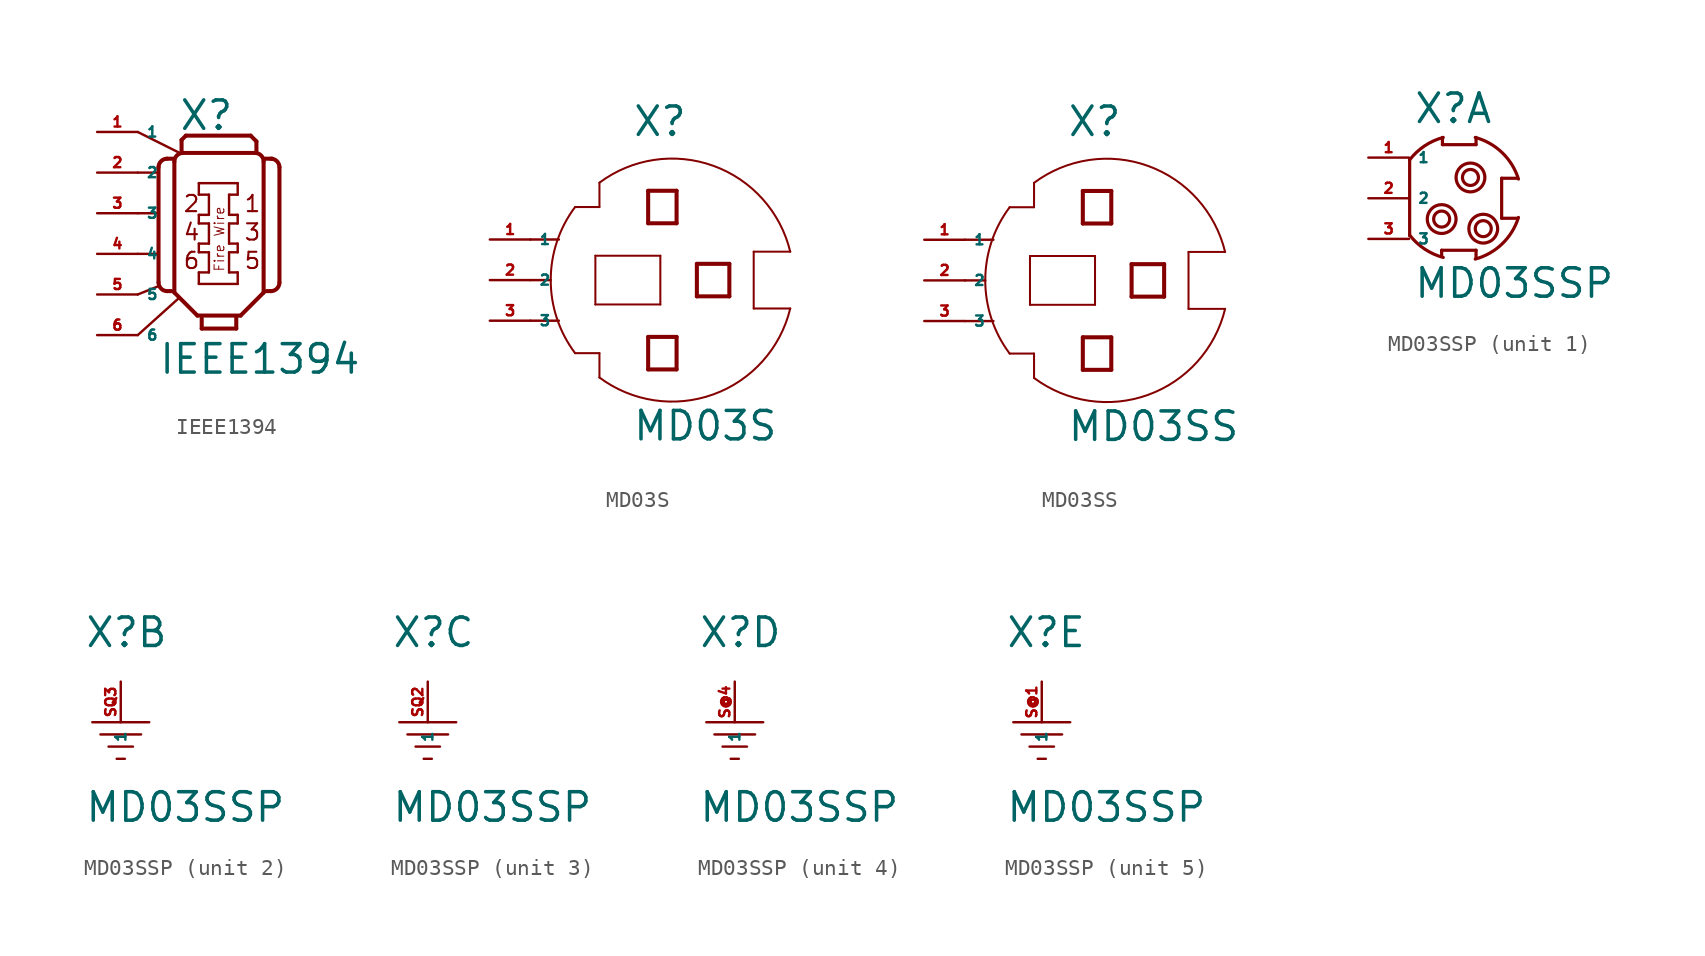
<source format=kicad_sym>
(kicad_symbol_lib
  (version 20220914)
  (generator Eagle2Kicad)
  (symbol "IEEE1394"
    (property "Reference" "X"
      (at -2.54 7.62 0)
      (effects (font (size 1.778 1.778) (thickness 0.22)) (justify left bottom)))
    (property "Value" "IEEE1394"
      (at -3.81 -7.62 0)
      (effects (font (size 1.778 1.778) (thickness 0.22)) (justify left bottom)))
    (polyline
      (pts (xy 3.78 5.41) (xy 3.78 -1.79))
      (stroke (width 0.254) (type default))
      (fill (type none)))
    (polyline
      (pts (xy 2.79 5.78) (xy 2.79 -2.42))
      (stroke (width 0.254) (type default))
      (fill (type none)))
    (polyline
      (pts (xy 2.79 -2.42) (xy 1.35 -3.86))
      (stroke (width 0.254) (type default))
      (fill (type none)))
    (polyline
      (pts (xy 1.35 -3.86) (xy -1.35 -3.86))
      (stroke (width 0.254) (type default))
      (fill (type none)))
    (polyline
      (pts (xy -1.35 -3.86) (xy -2.79 -2.42))
      (stroke (width 0.254) (type default))
      (fill (type none)))
    (polyline
      (pts (xy -2.79 -2.42) (xy -2.79 5.78))
      (stroke (width 0.254) (type default))
      (fill (type none)))
    (polyline
      (pts (xy 2.25 6.31) (xy -2.34 6.31))
      (stroke (width 0.254) (type default))
      (fill (type none)))
    (polyline
      (pts (xy -3.78 5.42) (xy -3.78 -1.79))
      (stroke (width 0.254) (type default))
      (fill (type none)))
    (polyline
      (pts (xy 1.08 -3.95) (xy 1.08 -4.67))
      (stroke (width 0.254) (type default))
      (fill (type none)))
    (polyline
      (pts (xy 1.08 -4.67) (xy -1.08 -4.67))
      (stroke (width 0.254) (type default))
      (fill (type none)))
    (polyline
      (pts (xy -1.08 -4.67) (xy -1.08 -4.04))
      (stroke (width 0.254) (type default))
      (fill (type none)))
    (polyline
      (pts (xy -2.34 6.39) (xy -2.34 7.12))
      (stroke (width 0.254) (type default))
      (fill (type none)))
    (polyline
      (pts (xy -2.34 7.12) (xy -2.07 7.39))
      (stroke (width 0.254) (type default))
      (fill (type none)))
    (polyline
      (pts (xy -2.07 7.39) (xy 1.98 7.39))
      (stroke (width 0.254) (type default))
      (fill (type none)))
    (polyline
      (pts (xy 1.98 7.39) (xy 2.34 7.03))
      (stroke (width 0.254) (type default))
      (fill (type none)))
    (polyline
      (pts (xy 2.34 7.03) (xy 2.34 6.39))
      (stroke (width 0.254) (type default))
      (fill (type none)))
    (polyline
      (pts (xy -2.87 5.95) (xy -3.24 5.95))
      (stroke (width 0.254) (type default))
      (fill (type none)))
    (polyline
      (pts (xy -2.97 -2.33) (xy -3.24 -2.33))
      (stroke (width 0.254) (type default))
      (fill (type none)))
    (polyline
      (pts (xy 2.97 -2.33) (xy 3.24 -2.33))
      (stroke (width 0.254) (type default))
      (fill (type none)))
    (polyline
      (pts (xy 3.33 5.95) (xy 2.87 5.95))
      (stroke (width 0.254) (type default))
      (fill (type none)))
    (polyline
      (pts (xy 1.17 4.42) (xy 1.17 3.7))
      (stroke (width 0.152) (type default))
      (fill (type none)))
    (polyline
      (pts (xy 1.17 3.7) (xy 0.63 3.7))
      (stroke (width 0.152) (type default))
      (fill (type none)))
    (polyline
      (pts (xy 0.63 3.7) (xy 0.63 2.44))
      (stroke (width 0.152) (type default))
      (fill (type none)))
    (polyline
      (pts (xy 0.63 2.44) (xy 1.17 2.44))
      (stroke (width 0.152) (type default))
      (fill (type none)))
    (polyline
      (pts (xy 1.17 2.44) (xy 1.17 1.9))
      (stroke (width 0.152) (type default))
      (fill (type none)))
    (polyline
      (pts (xy 1.17 1.9) (xy 0.63 1.9))
      (stroke (width 0.152) (type default))
      (fill (type none)))
    (polyline
      (pts (xy 0.63 1.9) (xy 0.63 0.64))
      (stroke (width 0.152) (type default))
      (fill (type none)))
    (polyline
      (pts (xy 0.63 0.64) (xy 1.17 0.64))
      (stroke (width 0.152) (type default))
      (fill (type none)))
    (polyline
      (pts (xy 1.17 0.64) (xy 1.17 0.1))
      (stroke (width 0.152) (type default))
      (fill (type none)))
    (polyline
      (pts (xy 1.17 0.1) (xy 0.63 0.1))
      (stroke (width 0.152) (type default))
      (fill (type none)))
    (polyline
      (pts (xy 0.63 0.1) (xy 0.63 -1.16))
      (stroke (width 0.152) (type default))
      (fill (type none)))
    (polyline
      (pts (xy 0.63 -1.16) (xy 1.17 -1.16))
      (stroke (width 0.152) (type default))
      (fill (type none)))
    (polyline
      (pts (xy 1.17 -1.16) (xy 1.17 -1.88))
      (stroke (width 0.152) (type default))
      (fill (type none)))
    (polyline
      (pts (xy 1.17 -1.88) (xy -1.26 -1.88))
      (stroke (width 0.152) (type default))
      (fill (type none)))
    (polyline
      (pts (xy -1.26 -1.88) (xy -1.26 -1.16))
      (stroke (width 0.152) (type default))
      (fill (type none)))
    (polyline
      (pts (xy -1.26 -1.16) (xy -0.63 -1.16))
      (stroke (width 0.152) (type default))
      (fill (type none)))
    (polyline
      (pts (xy -0.63 -1.16) (xy -0.63 0.1))
      (stroke (width 0.152) (type default))
      (fill (type none)))
    (polyline
      (pts (xy -0.63 0.1) (xy -1.26 0.1))
      (stroke (width 0.152) (type default))
      (fill (type none)))
    (polyline
      (pts (xy -1.26 0.1) (xy -1.26 0.64))
      (stroke (width 0.152) (type default))
      (fill (type none)))
    (polyline
      (pts (xy -1.26 0.64) (xy -0.63 0.64))
      (stroke (width 0.152) (type default))
      (fill (type none)))
    (polyline
      (pts (xy -0.63 0.64) (xy -0.63 1.9))
      (stroke (width 0.152) (type default))
      (fill (type none)))
    (polyline
      (pts (xy -0.63 1.9) (xy -1.26 1.9))
      (stroke (width 0.152) (type default))
      (fill (type none)))
    (polyline
      (pts (xy -1.26 1.9) (xy -1.26 2.44))
      (stroke (width 0.152) (type default))
      (fill (type none)))
    (polyline
      (pts (xy -1.26 2.44) (xy -0.63 2.44))
      (stroke (width 0.152) (type default))
      (fill (type none)))
    (polyline
      (pts (xy -0.63 2.44) (xy -0.63 3.7))
      (stroke (width 0.152) (type default))
      (fill (type none)))
    (polyline
      (pts (xy -0.63 3.7) (xy -1.26 3.7))
      (stroke (width 0.152) (type default))
      (fill (type none)))
    (polyline
      (pts (xy -1.26 3.7) (xy -1.26 4.42))
      (stroke (width 0.152) (type default))
      (fill (type none)))
    (polyline
      (pts (xy -1.26 4.42) (xy 1.17 4.42))
      (stroke (width 0.152) (type default))
      (fill (type none)))
    (arc
      (start 3.78 5.41)
      (mid 3.622 5.792)
      (end 3.24 5.95)
      (stroke (width 0.254) (type default))
      (fill (type none)))
    (arc
      (start 3.24 -2.33)
      (mid 3.622 -2.172)
      (end 3.78 -1.79)
      (stroke (width 0.254) (type default))
      (fill (type none)))
    (arc
      (start -2.25 6.31)
      (mid -2.632 6.152)
      (end -2.79 5.77)
      (stroke (width 0.254) (type default))
      (fill (type none)))
    (arc
      (start -3.78 -1.79)
      (mid -3.622 -2.172)
      (end -3.24 -2.33)
      (stroke (width 0.254) (type default))
      (fill (type none)))
    (arc
      (start -3.24 5.95)
      (mid -3.622 5.792)
      (end -3.78 5.41)
      (stroke (width 0.254) (type default))
      (fill (type none)))
    (arc
      (start 2.79 5.77)
      (mid 2.632 6.152)
      (end 2.25 6.31)
      (stroke (width 0.254) (type default))
      (fill (type none)))
    (polyline
      (pts (xy -5.08 7.62) (xy -2.54 6.35))
      (stroke (width 0.152) (type default))
      (fill (type none)))
    (polyline
      (pts (xy -5.08 5.08) (xy -3.81 5.08))
      (stroke (width 0.152) (type default))
      (fill (type none)))
    (polyline
      (pts (xy -5.08 2.54) (xy -3.81 2.54))
      (stroke (width 0.152) (type default))
      (fill (type none)))
    (polyline
      (pts (xy -5.08 0) (xy -3.81 0))
      (stroke (width 0.152) (type default))
      (fill (type none)))
    (polyline
      (pts (xy -5.08 -2.54) (xy -3.81 -2.032))
      (stroke (width 0.152) (type default))
      (fill (type none)))
    (polyline
      (pts (xy -5.08 -5.08) (xy -2.54 -2.794))
      (stroke (width 0.152) (type default))
      (fill (type none)))
    (text "Fire Wire"
      (at 0.381 -1.143 900)
      (effects (font (size 0.61 0.61) (thickness 0.06)) (justify left bottom)))
    (text "1"
      (at 1.524 2.54 0)
      (effects (font (size 1.016 1.016) (thickness 0.13)) (justify left bottom)))
    (text "2"
      (at -2.286 2.54 0)
      (effects (font (size 1.016 1.016) (thickness 0.13)) (justify left bottom)))
    (text "3"
      (at 1.524 0.762 0)
      (effects (font (size 1.016 1.016) (thickness 0.13)) (justify left bottom)))
    (text "4"
      (at -2.286 0.762 0)
      (effects (font (size 1.016 1.016) (thickness 0.13)) (justify left bottom)))
    (text "5"
      (at 1.524 -1.016 0)
      (effects (font (size 1.016 1.016) (thickness 0.13)) (justify left bottom)))
    (text "6"
      (at -2.286 -1.016 0)
      (effects (font (size 1.016 1.016) (thickness 0.13)) (justify left bottom)))
    (pin passive line
      (at -7.62 7.62 0)
      (length 2.54)
      (name "1" (effects (font (size 0.635 0.635) (thickness 0.08)) (justify left bottom)))
      (number "1" (effects (font (size 0.635 0.635) (thickness 0.08)) (justify left bottom))))
    (pin passive line
      (at -7.62 2.54 0)
      (length 2.54)
      (name "3" (effects (font (size 0.635 0.635) (thickness 0.08)) (justify left bottom)))
      (number "3" (effects (font (size 0.635 0.635) (thickness 0.08)) (justify left bottom))))
    (pin passive line
      (at -7.62 -2.54 0)
      (length 2.54)
      (name "5" (effects (font (size 0.635 0.635) (thickness 0.08)) (justify left bottom)))
      (number "5" (effects (font (size 0.635 0.635) (thickness 0.08)) (justify left bottom))))
    (pin passive line
      (at -7.62 5.08 0)
      (length 2.54)
      (name "2" (effects (font (size 0.635 0.635) (thickness 0.08)) (justify left bottom)))
      (number "2" (effects (font (size 0.635 0.635) (thickness 0.08)) (justify left bottom))))
    (pin passive line
      (at -7.62 0 0)
      (length 2.54)
      (name "4" (effects (font (size 0.635 0.635) (thickness 0.08)) (justify left bottom)))
      (number "4" (effects (font (size 0.635 0.635) (thickness 0.08)) (justify left bottom))))
    (pin passive line
      (at -7.62 -5.08 0)
      (length 2.54)
      (name "6" (effects (font (size 0.635 0.635) (thickness 0.08)) (justify left bottom)))
      (number "6" (effects (font (size 0.635 0.635) (thickness 0.08)) (justify left bottom)))))
  (symbol "MD03S"
    (property "Reference" "X"
      (at -1.27 8.89 0)
      (effects (font (size 1.778 1.778) (thickness 0.22)) (justify left bottom)))
    (property "Value" "MD03S"
      (at -1.27 -10.16 0)
      (effects (font (size 1.778 1.778) (thickness 0.22)) (justify left bottom)))
    (polyline
      (pts (xy 6.35 -1.778) (xy 8.636 -1.778))
      (stroke (width 0.127) (type default))
      (fill (type none)))
    (polyline
      (pts (xy 6.35 -1.778) (xy 6.35 1.778))
      (stroke (width 0.127) (type default))
      (fill (type none)))
    (polyline
      (pts (xy 6.35 1.778) (xy 8.636 1.778))
      (stroke (width 0.127) (type default))
      (fill (type none)))
    (polyline
      (pts (xy -3.302 6.096) (xy -3.302 4.572))
      (stroke (width 0.127) (type default))
      (fill (type none)))
    (polyline
      (pts (xy -3.302 4.572) (xy -4.826 4.572))
      (stroke (width 0.127) (type default))
      (fill (type none)))
    (polyline
      (pts (xy -4.826 -4.572) (xy -3.302 -4.572))
      (stroke (width 0.127) (type default))
      (fill (type none)))
    (polyline
      (pts (xy -3.302 -4.572) (xy -3.302 -6.096))
      (stroke (width 0.127) (type default))
      (fill (type none)))
    (arc
      (start -4.826 4.572)
      (mid -6.350 0.000)
      (end -4.826 -4.572)
      (stroke (width 0.127) (type default))
      (fill (type none)))
    (arc
      (start 8.6359 1.778)
      (mid 3.829 7.150)
      (end -3.302 6.096)
      (stroke (width 0.127) (type default))
      (fill (type none)))
    (polyline
      (pts (xy 0.508 1.524) (xy 0.508 -1.524))
      (stroke (width 0.127) (type default))
      (fill (type none)))
    (polyline
      (pts (xy 0.508 -1.524) (xy -3.556 -1.524))
      (stroke (width 0.127) (type default))
      (fill (type none)))
    (polyline
      (pts (xy -3.556 -1.524) (xy -3.556 1.524))
      (stroke (width 0.127) (type default))
      (fill (type none)))
    (polyline
      (pts (xy -3.556 1.524) (xy 0.508 1.524))
      (stroke (width 0.127) (type default))
      (fill (type none)))
    (polyline
      (pts (xy 1.524 3.556) (xy -0.254 3.556))
      (stroke (width 0.254) (type default))
      (fill (type none)))
    (polyline
      (pts (xy -0.254 3.556) (xy -0.254 5.588))
      (stroke (width 0.254) (type default))
      (fill (type none)))
    (polyline
      (pts (xy -0.254 5.588) (xy 1.524 5.588))
      (stroke (width 0.254) (type default))
      (fill (type none)))
    (polyline
      (pts (xy 1.524 5.588) (xy 1.524 3.556))
      (stroke (width 0.254) (type default))
      (fill (type none)))
    (polyline
      (pts (xy 1.524 -5.588) (xy -0.254 -5.588))
      (stroke (width 0.254) (type default))
      (fill (type none)))
    (polyline
      (pts (xy -0.254 -5.588) (xy -0.254 -3.556))
      (stroke (width 0.254) (type default))
      (fill (type none)))
    (polyline
      (pts (xy -0.254 -3.556) (xy 1.524 -3.556))
      (stroke (width 0.254) (type default))
      (fill (type none)))
    (polyline
      (pts (xy 1.524 -3.556) (xy 1.524 -5.588))
      (stroke (width 0.254) (type default))
      (fill (type none)))
    (polyline
      (pts (xy 4.826 -1.016) (xy 2.794 -1.016))
      (stroke (width 0.254) (type default))
      (fill (type none)))
    (polyline
      (pts (xy 2.794 -1.016) (xy 2.794 1.016))
      (stroke (width 0.254) (type default))
      (fill (type none)))
    (polyline
      (pts (xy 2.794 1.016) (xy 4.826 1.016))
      (stroke (width 0.254) (type default))
      (fill (type none)))
    (polyline
      (pts (xy 4.826 1.016) (xy 4.826 -1.016))
      (stroke (width 0.254) (type default))
      (fill (type none)))
    (polyline
      (pts (xy -7.62 0) (xy -6.35 0))
      (stroke (width 0.152) (type default))
      (fill (type none)))
    (polyline
      (pts (xy -7.62 2.54) (xy -5.842 2.54))
      (stroke (width 0.152) (type default))
      (fill (type none)))
    (polyline
      (pts (xy -7.62 -2.54) (xy -5.842 -2.54))
      (stroke (width 0.152) (type default))
      (fill (type none)))
    (arc
      (start -3.302 -6.096)
      (mid 3.829 -7.150)
      (end 8.6359 -1.778)
      (stroke (width 0.127) (type default))
      (fill (type none)))
    (pin passive line
      (at -10.16 2.54 0)
      (length 2.54)
      (name "1" (effects (font (size 0.635 0.635) (thickness 0.08)) (justify left bottom)))
      (number "1" (effects (font (size 0.635 0.635) (thickness 0.08)) (justify left bottom))))
    (pin passive line
      (at -10.16 0 0)
      (length 2.54)
      (name "2" (effects (font (size 0.635 0.635) (thickness 0.08)) (justify left bottom)))
      (number "2" (effects (font (size 0.635 0.635) (thickness 0.08)) (justify left bottom))))
    (pin passive line
      (at -10.16 -2.54 0)
      (length 2.54)
      (name "3" (effects (font (size 0.635 0.635) (thickness 0.08)) (justify left bottom)))
      (number "3" (effects (font (size 0.635 0.635) (thickness 0.08)) (justify left bottom)))))
  (symbol "MD03SS"
    (property "Reference" "X"
      (at -1.27 8.89 0)
      (effects (font (size 1.778 1.778) (thickness 0.22)) (justify left bottom)))
    (property "Value" "MD03SS"
      (at -1.27 -10.16 0)
      (effects (font (size 1.778 1.778) (thickness 0.22)) (justify left bottom)))
    (polyline
      (pts (xy 6.35 -1.778) (xy 8.636 -1.778))
      (stroke (width 0.127) (type default))
      (fill (type none)))
    (polyline
      (pts (xy 6.35 -1.778) (xy 6.35 1.778))
      (stroke (width 0.127) (type default))
      (fill (type none)))
    (polyline
      (pts (xy 6.35 1.778) (xy 8.636 1.778))
      (stroke (width 0.127) (type default))
      (fill (type none)))
    (polyline
      (pts (xy -3.302 6.096) (xy -3.302 4.572))
      (stroke (width 0.127) (type default))
      (fill (type none)))
    (polyline
      (pts (xy -3.302 4.572) (xy -4.826 4.572))
      (stroke (width 0.127) (type default))
      (fill (type none)))
    (polyline
      (pts (xy -4.826 -4.572) (xy -3.302 -4.572))
      (stroke (width 0.127) (type default))
      (fill (type none)))
    (polyline
      (pts (xy -3.302 -4.572) (xy -3.302 -6.096))
      (stroke (width 0.127) (type default))
      (fill (type none)))
    (arc
      (start -4.826 4.572)
      (mid -6.350 0.000)
      (end -4.826 -4.572)
      (stroke (width 0.127) (type default))
      (fill (type none)))
    (arc
      (start 8.6359 1.778)
      (mid 3.829 7.150)
      (end -3.302 6.096)
      (stroke (width 0.127) (type default))
      (fill (type none)))
    (polyline
      (pts (xy 0.508 1.524) (xy 0.508 -1.524))
      (stroke (width 0.127) (type default))
      (fill (type none)))
    (polyline
      (pts (xy 0.508 -1.524) (xy -3.556 -1.524))
      (stroke (width 0.127) (type default))
      (fill (type none)))
    (polyline
      (pts (xy -3.556 -1.524) (xy -3.556 1.524))
      (stroke (width 0.127) (type default))
      (fill (type none)))
    (polyline
      (pts (xy -3.556 1.524) (xy 0.508 1.524))
      (stroke (width 0.127) (type default))
      (fill (type none)))
    (polyline
      (pts (xy 1.524 3.556) (xy -0.254 3.556))
      (stroke (width 0.254) (type default))
      (fill (type none)))
    (polyline
      (pts (xy -0.254 3.556) (xy -0.254 5.588))
      (stroke (width 0.254) (type default))
      (fill (type none)))
    (polyline
      (pts (xy -0.254 5.588) (xy 1.524 5.588))
      (stroke (width 0.254) (type default))
      (fill (type none)))
    (polyline
      (pts (xy 1.524 5.588) (xy 1.524 3.556))
      (stroke (width 0.254) (type default))
      (fill (type none)))
    (polyline
      (pts (xy 1.524 -5.588) (xy -0.254 -5.588))
      (stroke (width 0.254) (type default))
      (fill (type none)))
    (polyline
      (pts (xy -0.254 -5.588) (xy -0.254 -3.556))
      (stroke (width 0.254) (type default))
      (fill (type none)))
    (polyline
      (pts (xy -0.254 -3.556) (xy 1.524 -3.556))
      (stroke (width 0.254) (type default))
      (fill (type none)))
    (polyline
      (pts (xy 1.524 -3.556) (xy 1.524 -5.588))
      (stroke (width 0.254) (type default))
      (fill (type none)))
    (polyline
      (pts (xy 4.826 -1.016) (xy 2.794 -1.016))
      (stroke (width 0.254) (type default))
      (fill (type none)))
    (polyline
      (pts (xy 2.794 -1.016) (xy 2.794 1.016))
      (stroke (width 0.254) (type default))
      (fill (type none)))
    (polyline
      (pts (xy 2.794 1.016) (xy 4.826 1.016))
      (stroke (width 0.254) (type default))
      (fill (type none)))
    (polyline
      (pts (xy 4.826 1.016) (xy 4.826 -1.016))
      (stroke (width 0.254) (type default))
      (fill (type none)))
    (polyline
      (pts (xy -7.62 0) (xy -6.35 0))
      (stroke (width 0.152) (type default))
      (fill (type none)))
    (polyline
      (pts (xy -7.62 2.54) (xy -5.842 2.54))
      (stroke (width 0.152) (type default))
      (fill (type none)))
    (polyline
      (pts (xy -7.62 -2.54) (xy -5.842 -2.54))
      (stroke (width 0.152) (type default))
      (fill (type none)))
    (arc
      (start -3.302 -6.096)
      (mid 3.829 -7.150)
      (end 8.6359 -1.778)
      (stroke (width 0.127) (type default))
      (fill (type none)))
    (pin passive line
      (at -10.16 2.54 0)
      (length 2.54)
      (name "1" (effects (font (size 0.635 0.635) (thickness 0.08)) (justify left bottom)))
      (number "1" (effects (font (size 0.635 0.635) (thickness 0.08)) (justify left bottom))))
    (pin passive line
      (at -10.16 0 0)
      (length 2.54)
      (name "2" (effects (font (size 0.635 0.635) (thickness 0.08)) (justify left bottom)))
      (number "2" (effects (font (size 0.635 0.635) (thickness 0.08)) (justify left bottom))))
    (pin passive line
      (at -10.16 -2.54 0)
      (length 2.54)
      (name "3" (effects (font (size 0.635 0.635) (thickness 0.08)) (justify left bottom)))
      (number "3" (effects (font (size 0.635 0.635) (thickness 0.08)) (justify left bottom)))))
  (symbol "MD03SSP"
    (property "Reference" "X"
      (at -2.286 4.572 0)
      (effects (font (size 1.778 1.778) (thickness 0.22)) (justify left bottom)))
    (property "Value" "MD03SSP"
      (at -2.286 -6.35 0)
      (effects (font (size 1.778 1.778) (thickness 0.22)) (justify left bottom)))
    (symbol "MD03SSP_1_0"
      (polyline (pts (xy 1.65 3.8) (xy 1.65 3.35)) (stroke (width 0.2) (type default)) (fill (type none)))
      (polyline (pts (xy 1.65 3.35) (xy -0.45 3.35)) (stroke (width 0.2) (type default)) (fill (type none)))
      (polyline (pts (xy -0.45 3.35) (xy -0.45 3.8)) (stroke (width 0.2) (type default)) (fill (type none)))
      (polyline (pts (xy -0.5 -3.25) (xy 1.65 -3.25)) (stroke (width 0.2) (type default)) (fill (type none)))
      (polyline (pts (xy -0.5 -3.25) (xy -0.5 -3.6)) (stroke (width 0.2) (type default)) (fill (type none)))
      (polyline (pts (xy 4.25 -1.25) (xy 3.25 -1.25)) (stroke (width 0.2) (type default)) (fill (type none)))
      (polyline (pts (xy 3.25 -1.25) (xy 3.25 1.25)) (stroke (width 0.2) (type default)) (fill (type none)))
      (polyline (pts (xy 3.25 1.25) (xy 4.25 1.25)) (stroke (width 0.2) (type default)) (fill (type none)))
      (polyline (pts (xy -2.5 2.45) (xy -2.5 -2.35)) (stroke (width 0.2) (type default)) (fill (type none)))
      (arc (start 4.3 1.2) (mid 3.284 2.847) (end 1.6 3.8) (stroke (width 0.2) (type default)) (fill (type none)))
      (polyline (pts (xy 1.65 -3.7) (xy 1.65 -3.25)) (stroke (width 0.2) (type default)) (fill (type none)))
      (arc (start 1.6 -3.8) (mid 3.284 -2.847) (end 4.3 -1.2) (stroke (width 0.2) (type default)) (fill (type none)))
      (arc (start -0.4 3.8) (mid -1.565 3.273) (end -2.5 2.4) (stroke (width 0.2) (type default)) (fill (type none)))
      (arc (start -2.5 -2.3) (mid -1.565 -3.173) (end -0.4 -3.7) (stroke (width 0.2) (type default)) (fill (type none)))
      (circle (center 1.3 1.3) (radius 0.9) (stroke (width 0.2) (type default)) (fill (type none)))
      (circle (center 1.3 1.3) (radius 0.5) (stroke (width 0.2) (type default)) (fill (type none)))
      (circle (center 2.1 -1.9) (radius 0.9) (stroke (width 0.2) (type default)) (fill (type none)))
      (circle (center 2.1 -1.9) (radius 0.5) (stroke (width 0.2) (type default)) (fill (type none)))
      (circle (center -0.5 -1.3) (radius 0.9) (stroke (width 0.2) (type default)) (fill (type none)))
      (circle (center -0.5 -1.3) (radius 0.5) (stroke (width 0.2) (type default)) (fill (type none)))
      (pin passive line (at -5.08 2.54 0) (length 2.54) (name "1" (effects (font (size 0.635 0.635) (thickness 0.08)) (justify left bottom))) (number "1" (effects (font (size 0.635 0.635) (thickness 0.08)) (justify left bottom))))
      (pin passive line (at -5.08 0 0) (length 2.54) (name "2" (effects (font (size 0.635 0.635) (thickness 0.08)) (justify left bottom))) (number "2" (effects (font (size 0.635 0.635) (thickness 0.08)) (justify left bottom))))
      (pin passive line (at -5.08 -2.54 0) (length 2.54) (name "3" (effects (font (size 0.635 0.635) (thickness 0.08)) (justify left bottom))) (number "3" (effects (font (size 0.635 0.635) (thickness 0.08)) (justify left bottom)))))
    (symbol "MD03SSP_2_0"
      (polyline (pts (xy 1.778 0) (xy -1.778 0)) (stroke (width 0.152) (type default)) (fill (type none)))
      (polyline (pts (xy 1.27 -0.762) (xy -1.27 -0.762)) (stroke (width 0.152) (type default)) (fill (type none)))
      (polyline (pts (xy 0.762 -1.524) (xy -0.762 -1.524)) (stroke (width 0.152) (type default)) (fill (type none)))
      (polyline (pts (xy 0.254 -2.286) (xy -0.254 -2.286)) (stroke (width 0.152) (type default)) (fill (type none)))
      (pin passive line (at 0 2.54 270) (length 2.54) (name "1" (effects (font (size 0.635 0.635) (thickness 0.08)) (justify left bottom))) (number "SQ3" (effects (font (size 0.635 0.635) (thickness 0.08)) (justify left bottom)))))
    (symbol "MD03SSP_3_0"
      (polyline (pts (xy 1.778 0) (xy -1.778 0)) (stroke (width 0.152) (type default)) (fill (type none)))
      (polyline (pts (xy 1.27 -0.762) (xy -1.27 -0.762)) (stroke (width 0.152) (type default)) (fill (type none)))
      (polyline (pts (xy 0.762 -1.524) (xy -0.762 -1.524)) (stroke (width 0.152) (type default)) (fill (type none)))
      (polyline (pts (xy 0.254 -2.286) (xy -0.254 -2.286)) (stroke (width 0.152) (type default)) (fill (type none)))
      (pin passive line (at 0 2.54 270) (length 2.54) (name "1" (effects (font (size 0.635 0.635) (thickness 0.08)) (justify left bottom))) (number "SQ2" (effects (font (size 0.635 0.635) (thickness 0.08)) (justify left bottom)))))
    (symbol "MD03SSP_4_0"
      (polyline (pts (xy 1.778 0) (xy -1.778 0)) (stroke (width 0.152) (type default)) (fill (type none)))
      (polyline (pts (xy 1.27 -0.762) (xy -1.27 -0.762)) (stroke (width 0.152) (type default)) (fill (type none)))
      (polyline (pts (xy 0.762 -1.524) (xy -0.762 -1.524)) (stroke (width 0.152) (type default)) (fill (type none)))
      (polyline (pts (xy 0.254 -2.286) (xy -0.254 -2.286)) (stroke (width 0.152) (type default)) (fill (type none)))
      (pin passive line (at 0 2.54 270) (length 2.54) (name "1" (effects (font (size 0.635 0.635) (thickness 0.08)) (justify left bottom))) (number "S@4" (effects (font (size 0.635 0.635) (thickness 0.08)) (justify left bottom)))))
    (symbol "MD03SSP_5_0"
      (polyline (pts (xy 1.778 0) (xy -1.778 0)) (stroke (width 0.152) (type default)) (fill (type none)))
      (polyline (pts (xy 1.27 -0.762) (xy -1.27 -0.762)) (stroke (width 0.152) (type default)) (fill (type none)))
      (polyline (pts (xy 0.762 -1.524) (xy -0.762 -1.524)) (stroke (width 0.152) (type default)) (fill (type none)))
      (polyline (pts (xy 0.254 -2.286) (xy -0.254 -2.286)) (stroke (width 0.152) (type default)) (fill (type none)))
      (pin passive line (at 0 2.54 270) (length 2.54) (name "1" (effects (font (size 0.635 0.635) (thickness 0.08)) (justify left bottom))) (number "S@1" (effects (font (size 0.635 0.635) (thickness 0.08)) (justify left bottom)))))))
</source>
